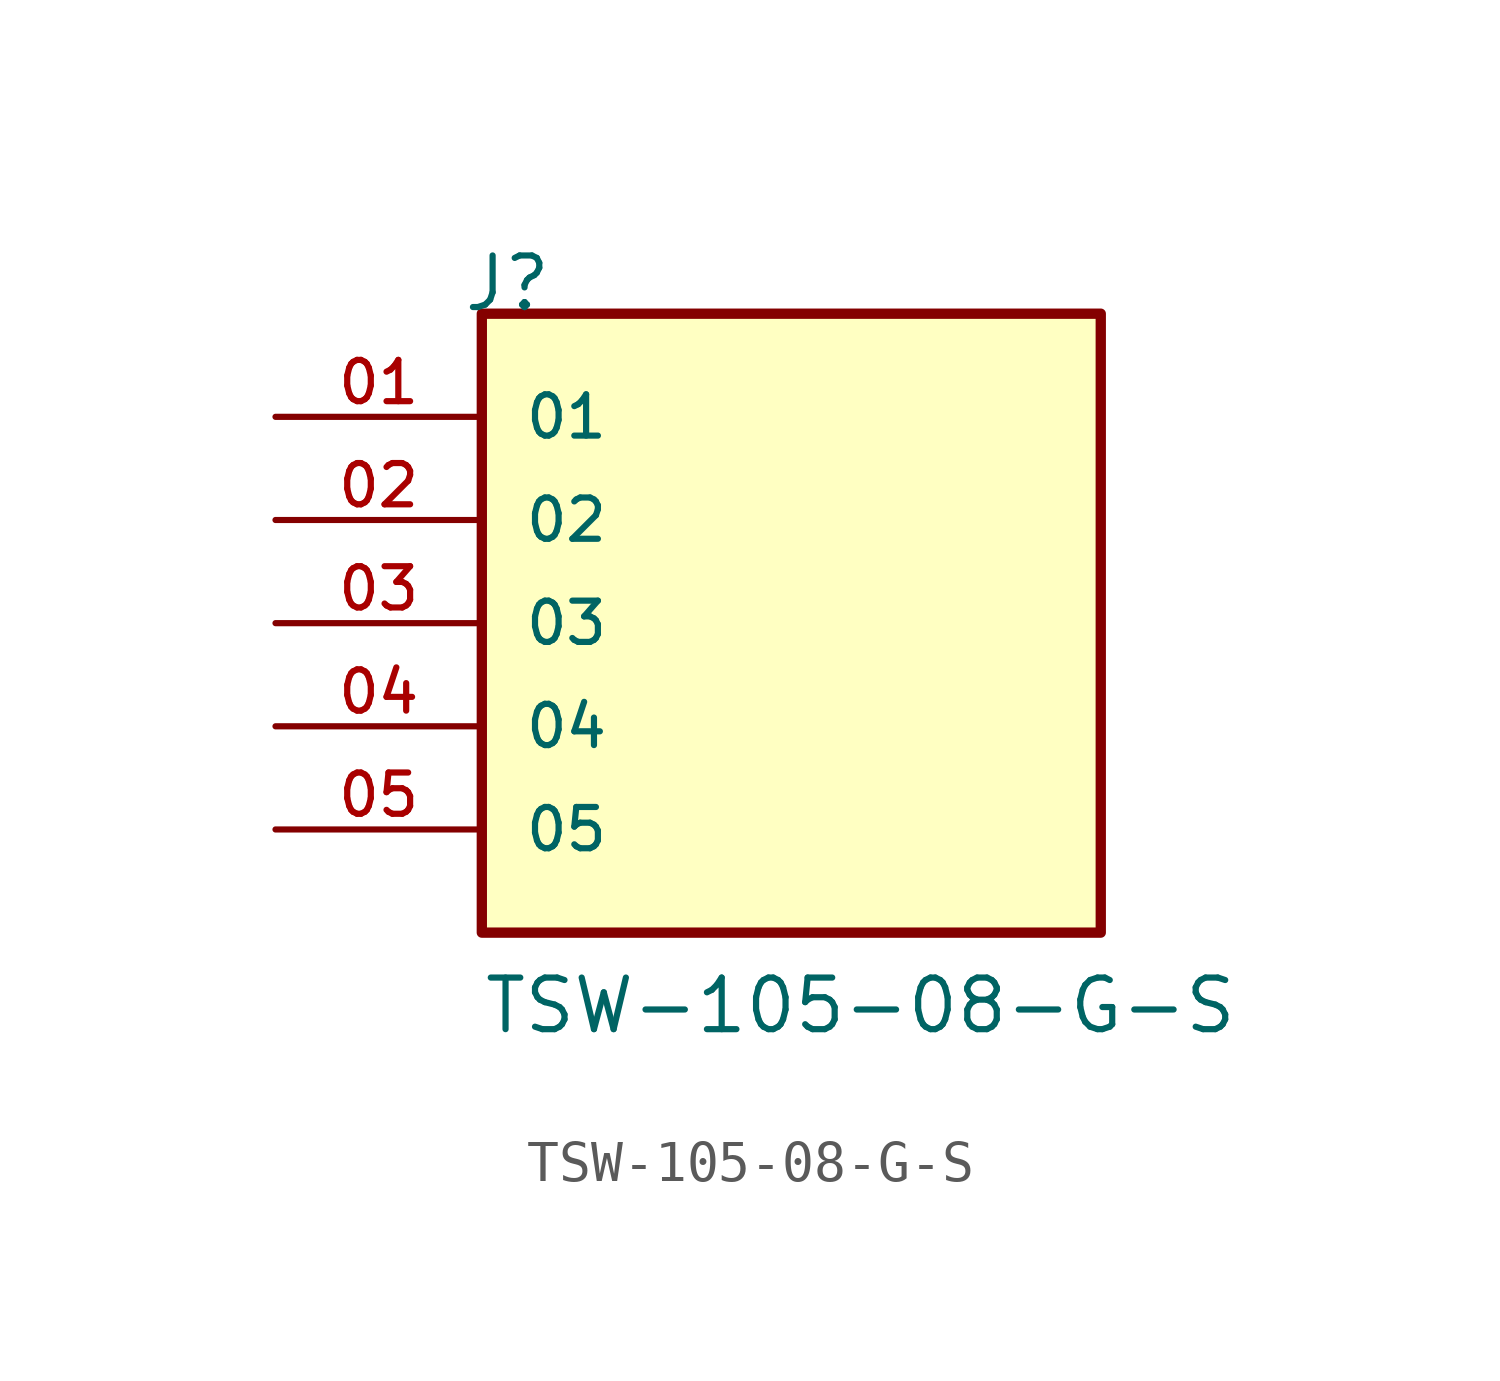
<source format=kicad_sym>
(kicad_symbol_lib
  (version 20211014)
  (generator kicad_symbol_editor)
  (symbol "TSW-105-08-G-S"
    (pin_names
      (offset 1.016))
    (property "Reference" "J"
      (at -8.12 7.62 0)
      (effects (font (size 1.27 1.27)) (justify bottom left)))
    (property "Value" "TSW-105-08-G-S"
      (at -7.62 -10.16 0)
      (effects (font (size 1.27 1.27)) (justify bottom left)))
    (symbol "TSW-105-08-G-S_0_0"
      (rectangle (start -7.62 -7.62) (end 7.62 7.62) (stroke (width 0.254)) (fill (type background)))
      (pin passive line (at -12.7 5.08 0) (length 5.08) (name "01" (effects (font (size 1.016 1.016)))) (number "01" (effects (font (size 1.016 1.016)))))
      (pin passive line (at -12.7 2.54 0) (length 5.08) (name "02" (effects (font (size 1.016 1.016)))) (number "02" (effects (font (size 1.016 1.016)))))
      (pin passive line (at -12.7 0.0 0) (length 5.08) (name "03" (effects (font (size 1.016 1.016)))) (number "03" (effects (font (size 1.016 1.016)))))
      (pin passive line (at -12.7 -2.54 0) (length 5.08) (name "04" (effects (font (size 1.016 1.016)))) (number "04" (effects (font (size 1.016 1.016)))))
      (pin passive line (at -12.7 -5.08 0) (length 5.08) (name "05" (effects (font (size 1.016 1.016)))) (number "05" (effects (font (size 1.016 1.016))))))))
</source>
